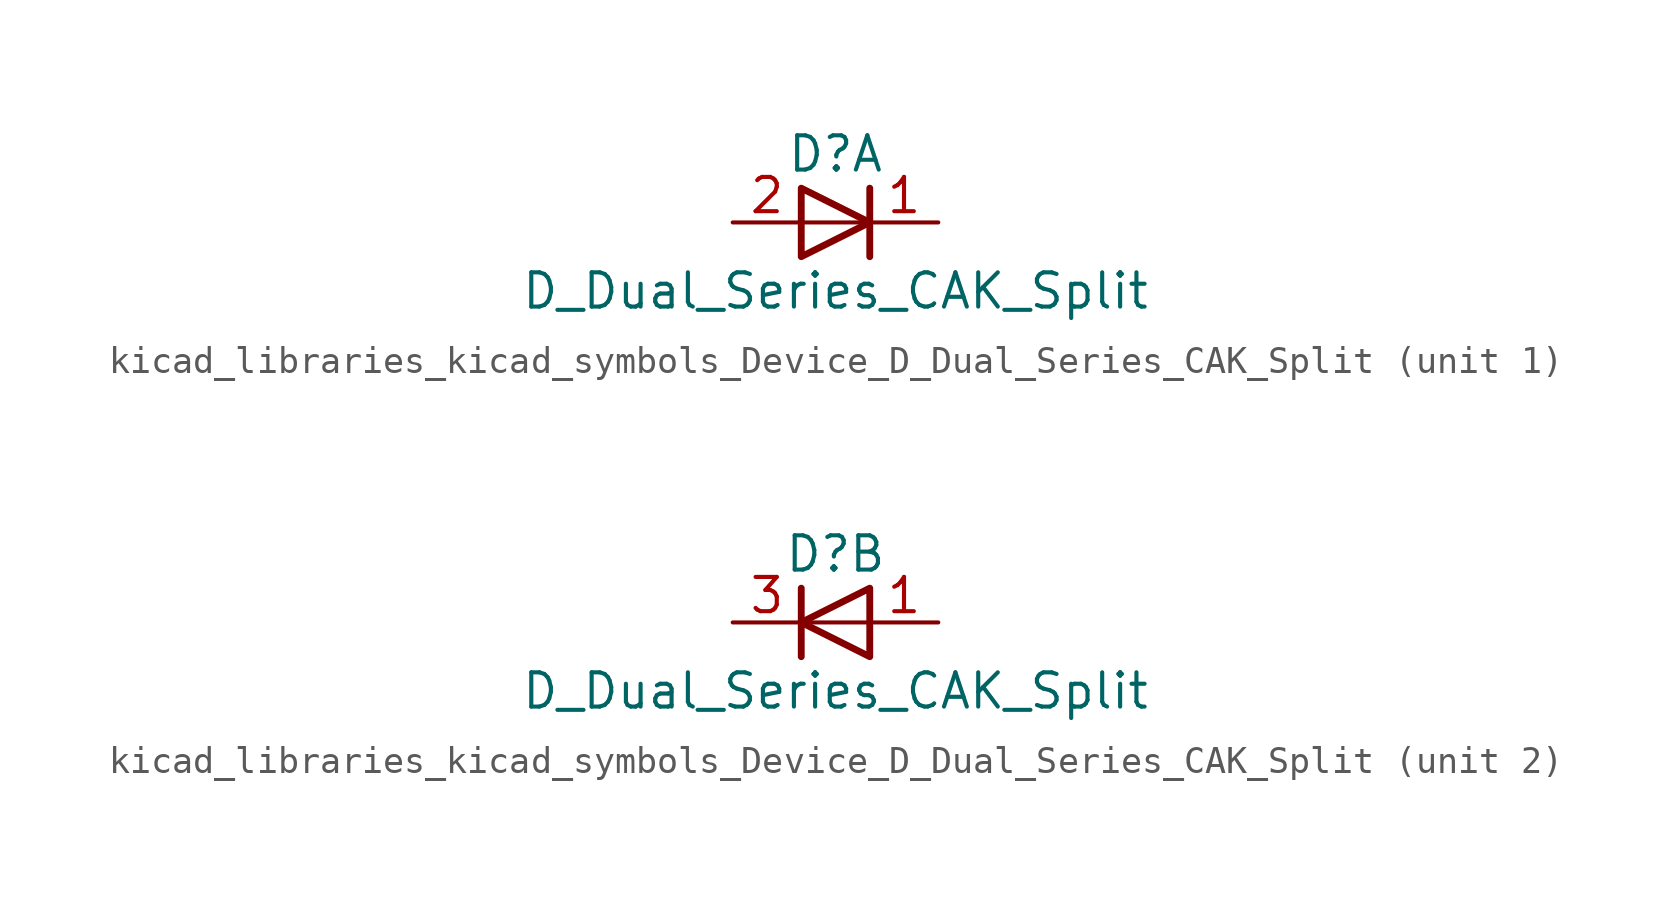
<source format=kicad_sym>
(kicad_symbol_lib
  (version 20220914)
  (generator kicad_symbol_editor)
  (symbol "kicad_libraries_kicad_symbols_Device_D_Dual_Series_CAK_Split"
    (pin_names
      (offset 0.762) hide)
    (property "Reference" "D"
      (at 0 2.54 0)
      (effects (font (size 1.27 1.27))))
    (property "Value" "D_Dual_Series_CAK_Split"
      (at 0 -2.54 0)
      (effects (font (size 1.27 1.27))))
    (property "ki_locked" ""
      (at 0 0 0)
      (effects (font (size 1.27 1.27))))
    (symbol "kicad_libraries_kicad_symbols_Device_D_Dual_Series_CAK_Split_0_1"
      (pin passive line (at 3.81 0 180) (length 2.54) (name "K" (effects (font (size 1.27 1.27)))) (number "1" (effects (font (size 1.27 1.27))))))
    (symbol "kicad_libraries_kicad_symbols_Device_D_Dual_Series_CAK_Split_1_0"
      (polyline (pts (xy 1.27 1.27) (xy 1.27 -1.27)) (stroke (width 0.254) (type default)) (fill (type none))))
    (symbol "kicad_libraries_kicad_symbols_Device_D_Dual_Series_CAK_Split_1_1"
      (polyline (pts (xy 1.27 0) (xy -1.27 0)) (stroke (width 0) (type default)) (fill (type none)))
      (polyline (pts (xy -1.27 1.27) (xy 1.27 0) (xy -1.27 -1.27) (xy -1.27 1.27) (xy -1.27 1.27) (xy -1.27 1.27)) (stroke (width 0.254) (type default)) (fill (type none)))
      (pin passive line (at -3.81 0 0) (length 2.54) (name "A" (effects (font (size 1.27 1.27)))) (number "2" (effects (font (size 1.27 1.27))))))
    (symbol "kicad_libraries_kicad_symbols_Device_D_Dual_Series_CAK_Split_2_0"
      (polyline (pts (xy -1.27 1.27) (xy -1.27 -1.27)) (stroke (width 0.254) (type default)) (fill (type none))))
    (symbol "kicad_libraries_kicad_symbols_Device_D_Dual_Series_CAK_Split_2_1"
      (polyline (pts (xy -1.27 0) (xy 1.27 0)) (stroke (width 0) (type default)) (fill (type none)))
      (polyline (pts (xy 1.27 1.27) (xy -1.27 0) (xy 1.27 -1.27) (xy 1.27 1.27) (xy 1.27 1.27) (xy 1.27 1.27)) (stroke (width 0.254) (type default)) (fill (type none)))
      (pin passive line (at -3.81 0 0) (length 2.54) (name "K" (effects (font (size 1.27 1.27)))) (number "3" (effects (font (size 1.27 1.27))))))))
</source>
